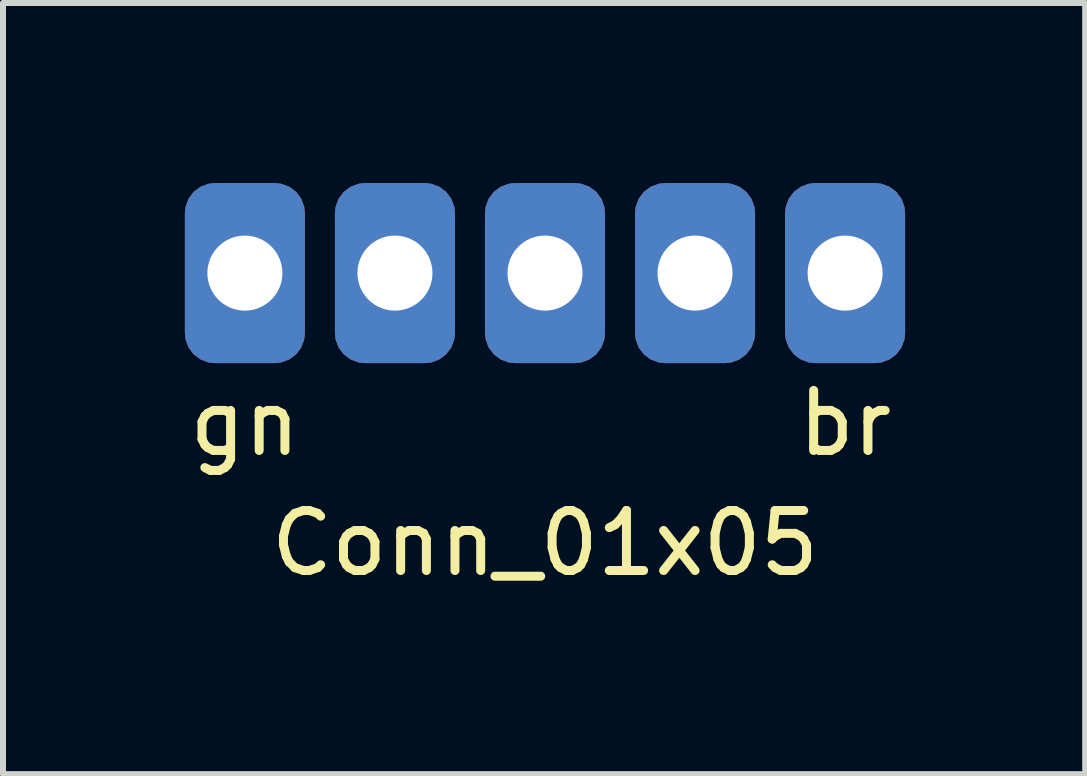
<source format=kicad_pcb>
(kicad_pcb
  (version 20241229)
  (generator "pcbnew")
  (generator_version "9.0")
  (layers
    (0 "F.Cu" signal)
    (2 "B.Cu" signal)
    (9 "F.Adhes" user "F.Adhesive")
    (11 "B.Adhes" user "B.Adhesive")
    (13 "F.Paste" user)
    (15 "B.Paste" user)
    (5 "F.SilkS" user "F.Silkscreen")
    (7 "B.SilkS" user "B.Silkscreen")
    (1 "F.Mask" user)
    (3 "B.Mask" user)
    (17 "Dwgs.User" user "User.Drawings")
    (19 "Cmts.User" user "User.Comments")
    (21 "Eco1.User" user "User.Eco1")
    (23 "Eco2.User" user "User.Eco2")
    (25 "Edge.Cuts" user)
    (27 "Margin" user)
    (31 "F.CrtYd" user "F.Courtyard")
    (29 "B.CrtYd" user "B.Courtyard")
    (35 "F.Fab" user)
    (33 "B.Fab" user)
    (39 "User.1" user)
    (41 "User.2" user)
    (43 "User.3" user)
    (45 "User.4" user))
  (footprint "Conn_01x05"
    (layer "F.Cu")
    (at 1.03 1.5)
    (property "Reference" "Conn_01x05" (at 5 4.5 0) (unlocked yes) (layer "F.SilkS") (effects (font (size 1 1) (thickness 0.15))))
    (attr through_hole)
    (fp_text user "br" (at 10 2.5 0) (unlocked yes) (layer "F.SilkS") (effects (font (size 1 1) (thickness 0.15))))
    (fp_text user "gn" (at 0 2.5 0) (unlocked yes) (layer "F.SilkS") (effects (font (size 1 1) (thickness 0.15))))
    (pad "1" thru_hole roundrect (at 0 0) (size 2 3) (drill 1.25) (layers "*.Cu" "*.Mask") (roundrect_rratio 0.25))
    (pad "2" thru_hole roundrect (at 2.5 0) (size 2 3) (drill 1.25) (layers "*.Cu" "*.Mask") (roundrect_rratio 0.25))
    (pad "3" thru_hole roundrect (at 5 0) (size 2 3) (drill 1.25) (layers "*.Cu" "*.Mask") (roundrect_rratio 0.25))
    (pad "4" thru_hole roundrect (at 7.5 0) (size 2 3) (drill 1.25) (layers "*.Cu" "*.Mask") (roundrect_rratio 0.25))
    (pad "5" thru_hole roundrect (at 10 0) (size 2 3) (drill 1.25) (layers "*.Cu" "*.Mask") (roundrect_rratio 0.25)))
  (gr_rect
    (start -3 -3)
    (end 15.03 9.848)
    (stroke (width 0.1) (type default))
    (fill no)
    (layer "Edge.Cuts")))
</source>
